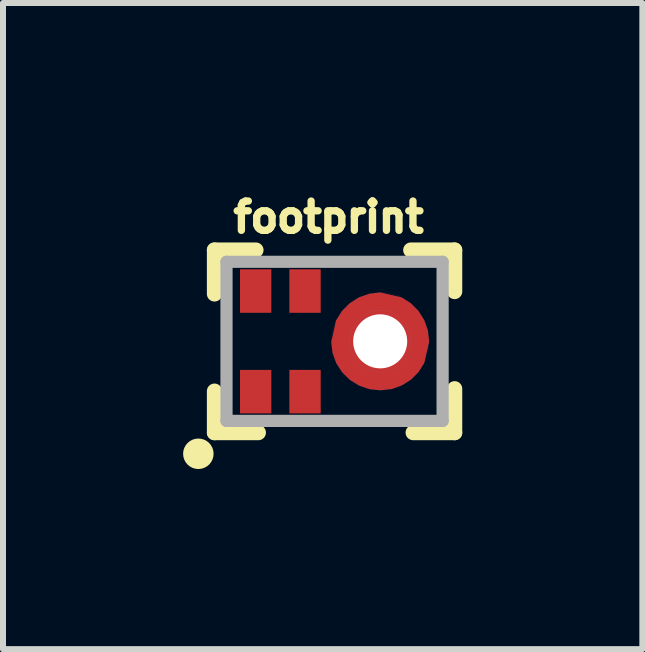
<source format=kicad_pcb>
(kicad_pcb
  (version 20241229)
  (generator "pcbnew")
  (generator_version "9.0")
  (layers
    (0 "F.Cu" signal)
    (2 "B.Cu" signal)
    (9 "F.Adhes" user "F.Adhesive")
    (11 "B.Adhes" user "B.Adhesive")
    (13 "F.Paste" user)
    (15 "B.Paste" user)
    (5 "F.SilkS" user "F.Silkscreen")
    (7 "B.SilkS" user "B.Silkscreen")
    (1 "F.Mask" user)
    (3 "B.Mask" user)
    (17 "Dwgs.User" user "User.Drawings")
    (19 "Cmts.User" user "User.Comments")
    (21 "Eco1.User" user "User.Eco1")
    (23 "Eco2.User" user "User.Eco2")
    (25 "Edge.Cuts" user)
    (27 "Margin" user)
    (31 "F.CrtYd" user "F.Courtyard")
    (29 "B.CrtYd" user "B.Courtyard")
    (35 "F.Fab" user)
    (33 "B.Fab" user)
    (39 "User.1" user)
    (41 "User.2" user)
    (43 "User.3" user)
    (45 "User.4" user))
  (footprint "footprint"
    (layer "F.Cu")
    (at 3.283 2.636)
    (property "Reference" "footprint" (at -0.86 -1.783 0) (layer "F.SilkS") (effects (font (size 0.488 0.488) (thickness 0.122)) (justify bottom)))
    (fp_poly (pts (xy 0.005 0.816) (xy -0.18 0.796) (xy -0.352 0.737) (xy -0.506 0.641) (xy -0.635 0.514) (xy -0.733 0.361) (xy -0.794 0.19) (xy -0.815 0.011) (xy -0.81 0.01) (xy -0.815 0.009) (xy -0.736 -0.346) (xy -0.639 -0.502) (xy -0.51 -0.633) (xy -0.355 -0.732) (xy -0.182 -0.793) (xy 0.000269 -0.815) (xy 0.353 -0.734) (xy 0.508 -0.637) (xy 0.637 -0.508) (xy 0.734 -0.354) (xy 0.795 -0.181) (xy 0.815 -0.000281) (xy 0.815 0.011) (xy 0.735 0.359) (xy 0.639 0.512) (xy 0.512 0.639) (xy 0.359 0.735) (xy 0.189 0.795) (xy 0.011 0.815) (xy 0.01 0.81) (xy 0.005 0.81)) (stroke (width 0) (type solid)) (fill yes) (layer "F.Cu"))
    (fp_circle (center 0 0) (end 0.7 0) (stroke (width 0.5) (type solid)) (fill no) (layer "F.Mask"))
    (fp_line (start -2.76 -1.52) (end -2.76 -0.79) (stroke (width 0.254) (type solid)) (layer "F.SilkS"))
    (fp_line (start -2.76 0.83) (end -2.76 1.52) (stroke (width 0.254) (type solid)) (layer "F.SilkS"))
    (fp_line (start -2.76 1.52) (end -2.03 1.52) (stroke (width 0.254) (type solid)) (layer "F.SilkS"))
    (fp_line (start -2.07 -1.52) (end -2.76 -1.52) (stroke (width 0.254) (type solid)) (layer "F.SilkS"))
    (fp_line (start 0.55 1.52) (end 1.24 1.52) (stroke (width 0.254) (type solid)) (layer "F.SilkS"))
    (fp_line (start 1.24 -1.52) (end 0.51 -1.52) (stroke (width 0.254) (type solid)) (layer "F.SilkS"))
    (fp_line (start 1.24 -0.83) (end 1.24 -1.52) (stroke (width 0.254) (type solid)) (layer "F.SilkS"))
    (fp_line (start 1.24 1.52) (end 1.24 0.79) (stroke (width 0.254) (type solid)) (layer "F.SilkS"))
    (fp_circle (center -3.029 1.873) (end -2.902 1.873) (stroke (width 0.254) (type solid)) (fill no) (layer "F.SilkS"))
    (fp_arc (start -0.632137 -0.178177) (mid -0.481716 -0.457717) (end -0.211678 -0.624596) (stroke (width 0.3) (type solid)) (layer "F.Paste"))
    (fp_arc (start -0.178177 0.632137) (mid -0.457717 0.481716) (end -0.624596 0.211678) (stroke (width 0.3) (type solid)) (layer "F.Paste"))
    (fp_arc (start 0.178177 -0.632137) (mid 0.457717 -0.481716) (end 0.624596 -0.211678) (stroke (width 0.3) (type solid)) (layer "F.Paste"))
    (fp_arc (start 0.632137 0.178177) (mid 0.481716 0.457717) (end 0.211678 0.624596) (stroke (width 0.3) (type solid)) (layer "F.Paste"))
    (fp_poly (pts (xy -2.273 -0.554) (xy -1.89 -0.554) (xy -1.89 -1.138) (xy -2.273 -1.138)) (stroke (width 0) (type solid)) (fill yes) (layer "F.Paste"))
    (fp_poly (pts (xy -2.268 1.135) (xy -1.885 1.135) (xy -1.885 0.551) (xy -2.268 0.551)) (stroke (width 0) (type solid)) (fill yes) (layer "F.Paste"))
    (fp_poly (pts (xy -1.448 1.128) (xy -1.064 1.128) (xy -1.064 0.544) (xy -1.448 0.544)) (stroke (width 0) (type solid)) (fill yes) (layer "F.Paste"))
    (fp_poly (pts (xy -1.445 -0.554) (xy -1.062 -0.554) (xy -1.062 -1.138) (xy -1.445 -1.138)) (stroke (width 0) (type solid)) (fill yes) (layer "F.Paste"))
    (fp_circle (center 0 0) (end 0.512 0) (stroke (width 0.001) (type solid)) (fill no) (layer "Cmts.User"))
    (fp_circle (center 0 0) (end 0.812 0) (stroke (width 0.001) (type solid)) (fill no) (layer "Cmts.User"))
    (fp_line (start -2.56 -1.325) (end -2.56 1.325) (stroke (width 0.203) (type solid)) (layer "F.Fab"))
    (fp_line (start -2.56 1.325) (end 1.04 1.325) (stroke (width 0.203) (type solid)) (layer "F.Fab"))
    (fp_line (start 1.04 -1.325) (end -2.56 -1.325) (stroke (width 0.203) (type solid)) (layer "F.Fab"))
    (fp_line (start 1.04 1.325) (end 1.04 -1.325) (stroke (width 0.203) (type solid)) (layer "F.Fab"))
    (pad "" np_thru_hole circle (at 0 0) (size 0.9 0.9) (drill 0.9) (layers "*.Cu" "*.Mask"))
    (pad "1" smd rect (at -2.074 0.838) (size 0.522 0.725) (layers "F.Cu" "F.Mask"))
    (pad "2" smd rect (at -1.252 0.838) (size 0.522 0.725) (layers "F.Cu" "F.Mask"))
    (pad "3" smd rect (at 0.66 0.01) (size 0.25 0.25) (layers "F.Cu" "F.Mask"))
    (pad "4" smd rect (at -1.252 -0.838) (size 0.522 0.725) (layers "F.Cu" "F.Mask"))
    (pad "5" smd rect (at -2.074 -0.838) (size 0.522 0.725) (layers "F.Cu" "F.Mask")))
  (gr_rect
    (start -3 -3)
    (end 7.65 7.763)
    (stroke (width 0.1) (type default))
    (fill no)
    (layer "Edge.Cuts")))
</source>
